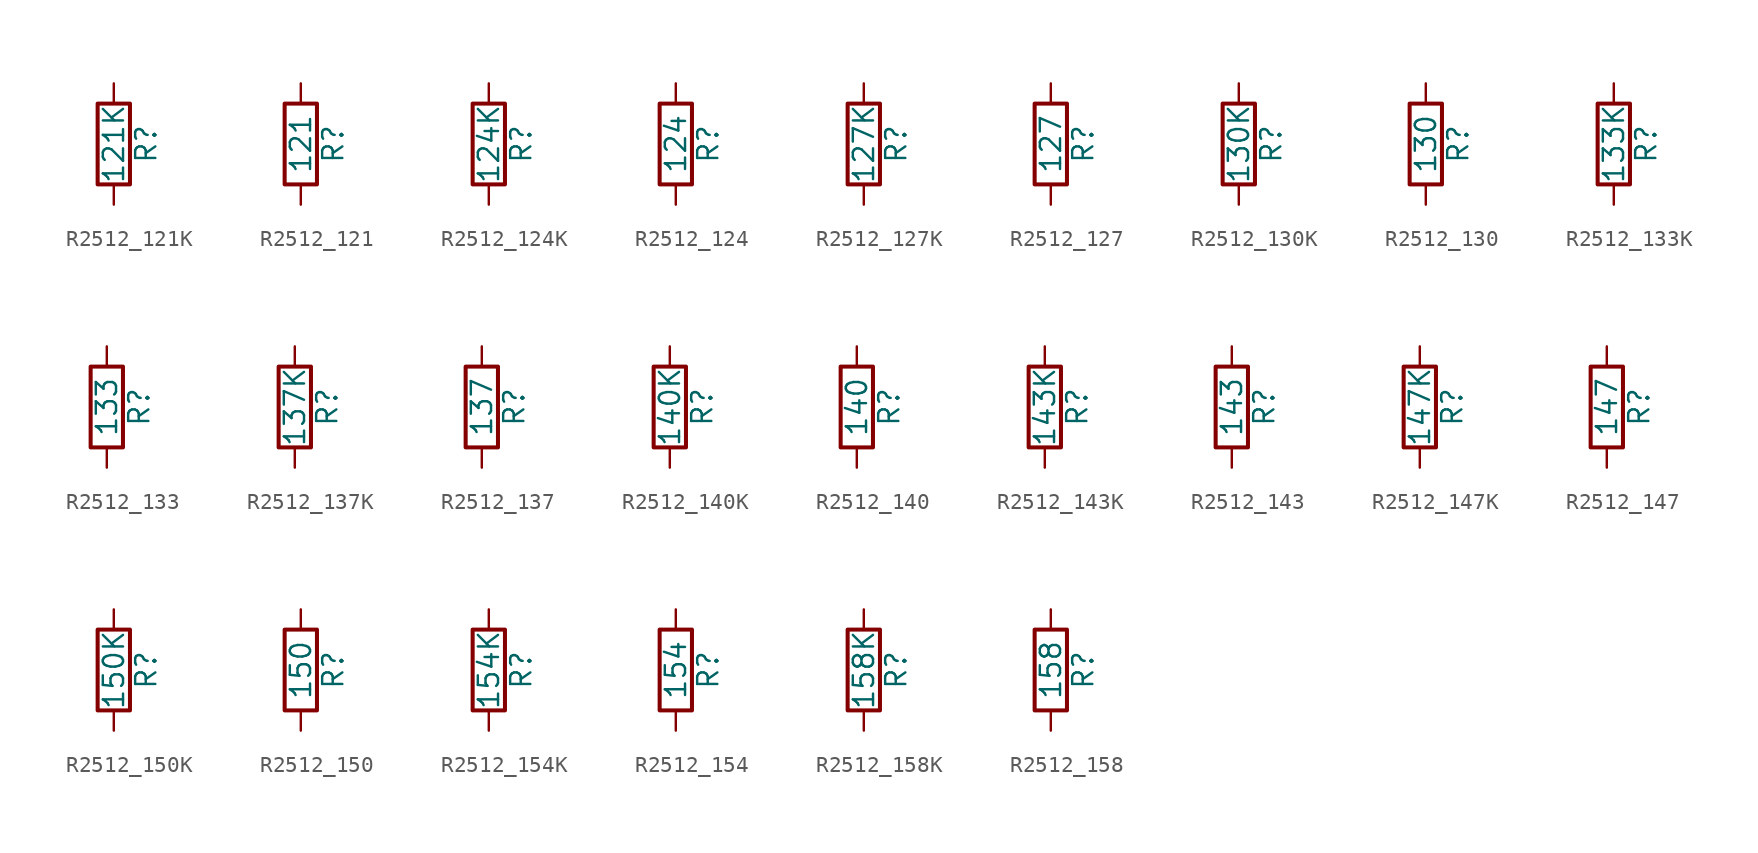
<source format=kicad_sym>
(kicad_symbol_lib
  (version 20211014)
  (generator atlantix-eda)
  (symbol "R2512_121K"
    (pin_numbers hide)
    (pin_names
      (offset 0))
    (property "Reference" "R"
      (at 2.032 0 90)
      (effects (font (size 1.27 1.27))))
    (property "Value" "121K"
      (at 0 0 90)
      (effects (font (size 1.27 1.27))))
    (symbol "R2512_121K_0_1"
      (rectangle (start -1.016 -2.54) (end 1.016 2.54) (stroke (width 0.254) (type default) (color 0 0 0 0)) (fill (type none))))
    (symbol "R2512_121K_1_1"
      (pin passive line (at 0 3.81 270) (length 1.27) (name "~" (effects (font (size 1.27 1.27)))) (number "1" (effects (font (size 1.27 1.27)))))
      (pin passive line (at 0 -3.81 90) (length 1.27) (name "~" (effects (font (size 1.27 1.27)))) (number "2" (effects (font (size 1.27 1.27)))))))
  (symbol "R2512_121"
    (pin_numbers hide)
    (pin_names
      (offset 0))
    (property "Reference" "R"
      (at 2.032 0 90)
      (effects (font (size 1.27 1.27))))
    (property "Value" "121"
      (at 0 0 90)
      (effects (font (size 1.27 1.27))))
    (symbol "R2512_121_0_1"
      (rectangle (start -1.016 -2.54) (end 1.016 2.54) (stroke (width 0.254) (type default) (color 0 0 0 0)) (fill (type none))))
    (symbol "R2512_121_1_1"
      (pin passive line (at 0 3.81 270) (length 1.27) (name "~" (effects (font (size 1.27 1.27)))) (number "1" (effects (font (size 1.27 1.27)))))
      (pin passive line (at 0 -3.81 90) (length 1.27) (name "~" (effects (font (size 1.27 1.27)))) (number "2" (effects (font (size 1.27 1.27)))))))
  (symbol "R2512_124K"
    (pin_numbers hide)
    (pin_names
      (offset 0))
    (property "Reference" "R"
      (at 2.032 0 90)
      (effects (font (size 1.27 1.27))))
    (property "Value" "124K"
      (at 0 0 90)
      (effects (font (size 1.27 1.27))))
    (symbol "R2512_124K_0_1"
      (rectangle (start -1.016 -2.54) (end 1.016 2.54) (stroke (width 0.254) (type default) (color 0 0 0 0)) (fill (type none))))
    (symbol "R2512_124K_1_1"
      (pin passive line (at 0 3.81 270) (length 1.27) (name "~" (effects (font (size 1.27 1.27)))) (number "1" (effects (font (size 1.27 1.27)))))
      (pin passive line (at 0 -3.81 90) (length 1.27) (name "~" (effects (font (size 1.27 1.27)))) (number "2" (effects (font (size 1.27 1.27)))))))
  (symbol "R2512_124"
    (pin_numbers hide)
    (pin_names
      (offset 0))
    (property "Reference" "R"
      (at 2.032 0 90)
      (effects (font (size 1.27 1.27))))
    (property "Value" "124"
      (at 0 0 90)
      (effects (font (size 1.27 1.27))))
    (symbol "R2512_124_0_1"
      (rectangle (start -1.016 -2.54) (end 1.016 2.54) (stroke (width 0.254) (type default) (color 0 0 0 0)) (fill (type none))))
    (symbol "R2512_124_1_1"
      (pin passive line (at 0 3.81 270) (length 1.27) (name "~" (effects (font (size 1.27 1.27)))) (number "1" (effects (font (size 1.27 1.27)))))
      (pin passive line (at 0 -3.81 90) (length 1.27) (name "~" (effects (font (size 1.27 1.27)))) (number "2" (effects (font (size 1.27 1.27)))))))
  (symbol "R2512_127K"
    (pin_numbers hide)
    (pin_names
      (offset 0))
    (property "Reference" "R"
      (at 2.032 0 90)
      (effects (font (size 1.27 1.27))))
    (property "Value" "127K"
      (at 0 0 90)
      (effects (font (size 1.27 1.27))))
    (symbol "R2512_127K_0_1"
      (rectangle (start -1.016 -2.54) (end 1.016 2.54) (stroke (width 0.254) (type default) (color 0 0 0 0)) (fill (type none))))
    (symbol "R2512_127K_1_1"
      (pin passive line (at 0 3.81 270) (length 1.27) (name "~" (effects (font (size 1.27 1.27)))) (number "1" (effects (font (size 1.27 1.27)))))
      (pin passive line (at 0 -3.81 90) (length 1.27) (name "~" (effects (font (size 1.27 1.27)))) (number "2" (effects (font (size 1.27 1.27)))))))
  (symbol "R2512_127"
    (pin_numbers hide)
    (pin_names
      (offset 0))
    (property "Reference" "R"
      (at 2.032 0 90)
      (effects (font (size 1.27 1.27))))
    (property "Value" "127"
      (at 0 0 90)
      (effects (font (size 1.27 1.27))))
    (symbol "R2512_127_0_1"
      (rectangle (start -1.016 -2.54) (end 1.016 2.54) (stroke (width 0.254) (type default) (color 0 0 0 0)) (fill (type none))))
    (symbol "R2512_127_1_1"
      (pin passive line (at 0 3.81 270) (length 1.27) (name "~" (effects (font (size 1.27 1.27)))) (number "1" (effects (font (size 1.27 1.27)))))
      (pin passive line (at 0 -3.81 90) (length 1.27) (name "~" (effects (font (size 1.27 1.27)))) (number "2" (effects (font (size 1.27 1.27)))))))
  (symbol "R2512_130K"
    (pin_numbers hide)
    (pin_names
      (offset 0))
    (property "Reference" "R"
      (at 2.032 0 90)
      (effects (font (size 1.27 1.27))))
    (property "Value" "130K"
      (at 0 0 90)
      (effects (font (size 1.27 1.27))))
    (symbol "R2512_130K_0_1"
      (rectangle (start -1.016 -2.54) (end 1.016 2.54) (stroke (width 0.254) (type default) (color 0 0 0 0)) (fill (type none))))
    (symbol "R2512_130K_1_1"
      (pin passive line (at 0 3.81 270) (length 1.27) (name "~" (effects (font (size 1.27 1.27)))) (number "1" (effects (font (size 1.27 1.27)))))
      (pin passive line (at 0 -3.81 90) (length 1.27) (name "~" (effects (font (size 1.27 1.27)))) (number "2" (effects (font (size 1.27 1.27)))))))
  (symbol "R2512_130"
    (pin_numbers hide)
    (pin_names
      (offset 0))
    (property "Reference" "R"
      (at 2.032 0 90)
      (effects (font (size 1.27 1.27))))
    (property "Value" "130"
      (at 0 0 90)
      (effects (font (size 1.27 1.27))))
    (symbol "R2512_130_0_1"
      (rectangle (start -1.016 -2.54) (end 1.016 2.54) (stroke (width 0.254) (type default) (color 0 0 0 0)) (fill (type none))))
    (symbol "R2512_130_1_1"
      (pin passive line (at 0 3.81 270) (length 1.27) (name "~" (effects (font (size 1.27 1.27)))) (number "1" (effects (font (size 1.27 1.27)))))
      (pin passive line (at 0 -3.81 90) (length 1.27) (name "~" (effects (font (size 1.27 1.27)))) (number "2" (effects (font (size 1.27 1.27)))))))
  (symbol "R2512_133K"
    (pin_numbers hide)
    (pin_names
      (offset 0))
    (property "Reference" "R"
      (at 2.032 0 90)
      (effects (font (size 1.27 1.27))))
    (property "Value" "133K"
      (at 0 0 90)
      (effects (font (size 1.27 1.27))))
    (symbol "R2512_133K_0_1"
      (rectangle (start -1.016 -2.54) (end 1.016 2.54) (stroke (width 0.254) (type default) (color 0 0 0 0)) (fill (type none))))
    (symbol "R2512_133K_1_1"
      (pin passive line (at 0 3.81 270) (length 1.27) (name "~" (effects (font (size 1.27 1.27)))) (number "1" (effects (font (size 1.27 1.27)))))
      (pin passive line (at 0 -3.81 90) (length 1.27) (name "~" (effects (font (size 1.27 1.27)))) (number "2" (effects (font (size 1.27 1.27)))))))
  (symbol "R2512_133"
    (pin_numbers hide)
    (pin_names
      (offset 0))
    (property "Reference" "R"
      (at 2.032 0 90)
      (effects (font (size 1.27 1.27))))
    (property "Value" "133"
      (at 0 0 90)
      (effects (font (size 1.27 1.27))))
    (symbol "R2512_133_0_1"
      (rectangle (start -1.016 -2.54) (end 1.016 2.54) (stroke (width 0.254) (type default) (color 0 0 0 0)) (fill (type none))))
    (symbol "R2512_133_1_1"
      (pin passive line (at 0 3.81 270) (length 1.27) (name "~" (effects (font (size 1.27 1.27)))) (number "1" (effects (font (size 1.27 1.27)))))
      (pin passive line (at 0 -3.81 90) (length 1.27) (name "~" (effects (font (size 1.27 1.27)))) (number "2" (effects (font (size 1.27 1.27)))))))
  (symbol "R2512_137K"
    (pin_numbers hide)
    (pin_names
      (offset 0))
    (property "Reference" "R"
      (at 2.032 0 90)
      (effects (font (size 1.27 1.27))))
    (property "Value" "137K"
      (at 0 0 90)
      (effects (font (size 1.27 1.27))))
    (symbol "R2512_137K_0_1"
      (rectangle (start -1.016 -2.54) (end 1.016 2.54) (stroke (width 0.254) (type default) (color 0 0 0 0)) (fill (type none))))
    (symbol "R2512_137K_1_1"
      (pin passive line (at 0 3.81 270) (length 1.27) (name "~" (effects (font (size 1.27 1.27)))) (number "1" (effects (font (size 1.27 1.27)))))
      (pin passive line (at 0 -3.81 90) (length 1.27) (name "~" (effects (font (size 1.27 1.27)))) (number "2" (effects (font (size 1.27 1.27)))))))
  (symbol "R2512_137"
    (pin_numbers hide)
    (pin_names
      (offset 0))
    (property "Reference" "R"
      (at 2.032 0 90)
      (effects (font (size 1.27 1.27))))
    (property "Value" "137"
      (at 0 0 90)
      (effects (font (size 1.27 1.27))))
    (symbol "R2512_137_0_1"
      (rectangle (start -1.016 -2.54) (end 1.016 2.54) (stroke (width 0.254) (type default) (color 0 0 0 0)) (fill (type none))))
    (symbol "R2512_137_1_1"
      (pin passive line (at 0 3.81 270) (length 1.27) (name "~" (effects (font (size 1.27 1.27)))) (number "1" (effects (font (size 1.27 1.27)))))
      (pin passive line (at 0 -3.81 90) (length 1.27) (name "~" (effects (font (size 1.27 1.27)))) (number "2" (effects (font (size 1.27 1.27)))))))
  (symbol "R2512_140K"
    (pin_numbers hide)
    (pin_names
      (offset 0))
    (property "Reference" "R"
      (at 2.032 0 90)
      (effects (font (size 1.27 1.27))))
    (property "Value" "140K"
      (at 0 0 90)
      (effects (font (size 1.27 1.27))))
    (symbol "R2512_140K_0_1"
      (rectangle (start -1.016 -2.54) (end 1.016 2.54) (stroke (width 0.254) (type default) (color 0 0 0 0)) (fill (type none))))
    (symbol "R2512_140K_1_1"
      (pin passive line (at 0 3.81 270) (length 1.27) (name "~" (effects (font (size 1.27 1.27)))) (number "1" (effects (font (size 1.27 1.27)))))
      (pin passive line (at 0 -3.81 90) (length 1.27) (name "~" (effects (font (size 1.27 1.27)))) (number "2" (effects (font (size 1.27 1.27)))))))
  (symbol "R2512_140"
    (pin_numbers hide)
    (pin_names
      (offset 0))
    (property "Reference" "R"
      (at 2.032 0 90)
      (effects (font (size 1.27 1.27))))
    (property "Value" "140"
      (at 0 0 90)
      (effects (font (size 1.27 1.27))))
    (symbol "R2512_140_0_1"
      (rectangle (start -1.016 -2.54) (end 1.016 2.54) (stroke (width 0.254) (type default) (color 0 0 0 0)) (fill (type none))))
    (symbol "R2512_140_1_1"
      (pin passive line (at 0 3.81 270) (length 1.27) (name "~" (effects (font (size 1.27 1.27)))) (number "1" (effects (font (size 1.27 1.27)))))
      (pin passive line (at 0 -3.81 90) (length 1.27) (name "~" (effects (font (size 1.27 1.27)))) (number "2" (effects (font (size 1.27 1.27)))))))
  (symbol "R2512_143K"
    (pin_numbers hide)
    (pin_names
      (offset 0))
    (property "Reference" "R"
      (at 2.032 0 90)
      (effects (font (size 1.27 1.27))))
    (property "Value" "143K"
      (at 0 0 90)
      (effects (font (size 1.27 1.27))))
    (symbol "R2512_143K_0_1"
      (rectangle (start -1.016 -2.54) (end 1.016 2.54) (stroke (width 0.254) (type default) (color 0 0 0 0)) (fill (type none))))
    (symbol "R2512_143K_1_1"
      (pin passive line (at 0 3.81 270) (length 1.27) (name "~" (effects (font (size 1.27 1.27)))) (number "1" (effects (font (size 1.27 1.27)))))
      (pin passive line (at 0 -3.81 90) (length 1.27) (name "~" (effects (font (size 1.27 1.27)))) (number "2" (effects (font (size 1.27 1.27)))))))
  (symbol "R2512_143"
    (pin_numbers hide)
    (pin_names
      (offset 0))
    (property "Reference" "R"
      (at 2.032 0 90)
      (effects (font (size 1.27 1.27))))
    (property "Value" "143"
      (at 0 0 90)
      (effects (font (size 1.27 1.27))))
    (symbol "R2512_143_0_1"
      (rectangle (start -1.016 -2.54) (end 1.016 2.54) (stroke (width 0.254) (type default) (color 0 0 0 0)) (fill (type none))))
    (symbol "R2512_143_1_1"
      (pin passive line (at 0 3.81 270) (length 1.27) (name "~" (effects (font (size 1.27 1.27)))) (number "1" (effects (font (size 1.27 1.27)))))
      (pin passive line (at 0 -3.81 90) (length 1.27) (name "~" (effects (font (size 1.27 1.27)))) (number "2" (effects (font (size 1.27 1.27)))))))
  (symbol "R2512_147K"
    (pin_numbers hide)
    (pin_names
      (offset 0))
    (property "Reference" "R"
      (at 2.032 0 90)
      (effects (font (size 1.27 1.27))))
    (property "Value" "147K"
      (at 0 0 90)
      (effects (font (size 1.27 1.27))))
    (symbol "R2512_147K_0_1"
      (rectangle (start -1.016 -2.54) (end 1.016 2.54) (stroke (width 0.254) (type default) (color 0 0 0 0)) (fill (type none))))
    (symbol "R2512_147K_1_1"
      (pin passive line (at 0 3.81 270) (length 1.27) (name "~" (effects (font (size 1.27 1.27)))) (number "1" (effects (font (size 1.27 1.27)))))
      (pin passive line (at 0 -3.81 90) (length 1.27) (name "~" (effects (font (size 1.27 1.27)))) (number "2" (effects (font (size 1.27 1.27)))))))
  (symbol "R2512_147"
    (pin_numbers hide)
    (pin_names
      (offset 0))
    (property "Reference" "R"
      (at 2.032 0 90)
      (effects (font (size 1.27 1.27))))
    (property "Value" "147"
      (at 0 0 90)
      (effects (font (size 1.27 1.27))))
    (symbol "R2512_147_0_1"
      (rectangle (start -1.016 -2.54) (end 1.016 2.54) (stroke (width 0.254) (type default) (color 0 0 0 0)) (fill (type none))))
    (symbol "R2512_147_1_1"
      (pin passive line (at 0 3.81 270) (length 1.27) (name "~" (effects (font (size 1.27 1.27)))) (number "1" (effects (font (size 1.27 1.27)))))
      (pin passive line (at 0 -3.81 90) (length 1.27) (name "~" (effects (font (size 1.27 1.27)))) (number "2" (effects (font (size 1.27 1.27)))))))
  (symbol "R2512_150K"
    (pin_numbers hide)
    (pin_names
      (offset 0))
    (property "Reference" "R"
      (at 2.032 0 90)
      (effects (font (size 1.27 1.27))))
    (property "Value" "150K"
      (at 0 0 90)
      (effects (font (size 1.27 1.27))))
    (symbol "R2512_150K_0_1"
      (rectangle (start -1.016 -2.54) (end 1.016 2.54) (stroke (width 0.254) (type default) (color 0 0 0 0)) (fill (type none))))
    (symbol "R2512_150K_1_1"
      (pin passive line (at 0 3.81 270) (length 1.27) (name "~" (effects (font (size 1.27 1.27)))) (number "1" (effects (font (size 1.27 1.27)))))
      (pin passive line (at 0 -3.81 90) (length 1.27) (name "~" (effects (font (size 1.27 1.27)))) (number "2" (effects (font (size 1.27 1.27)))))))
  (symbol "R2512_150"
    (pin_numbers hide)
    (pin_names
      (offset 0))
    (property "Reference" "R"
      (at 2.032 0 90)
      (effects (font (size 1.27 1.27))))
    (property "Value" "150"
      (at 0 0 90)
      (effects (font (size 1.27 1.27))))
    (symbol "R2512_150_0_1"
      (rectangle (start -1.016 -2.54) (end 1.016 2.54) (stroke (width 0.254) (type default) (color 0 0 0 0)) (fill (type none))))
    (symbol "R2512_150_1_1"
      (pin passive line (at 0 3.81 270) (length 1.27) (name "~" (effects (font (size 1.27 1.27)))) (number "1" (effects (font (size 1.27 1.27)))))
      (pin passive line (at 0 -3.81 90) (length 1.27) (name "~" (effects (font (size 1.27 1.27)))) (number "2" (effects (font (size 1.27 1.27)))))))
  (symbol "R2512_154K"
    (pin_numbers hide)
    (pin_names
      (offset 0))
    (property "Reference" "R"
      (at 2.032 0 90)
      (effects (font (size 1.27 1.27))))
    (property "Value" "154K"
      (at 0 0 90)
      (effects (font (size 1.27 1.27))))
    (symbol "R2512_154K_0_1"
      (rectangle (start -1.016 -2.54) (end 1.016 2.54) (stroke (width 0.254) (type default) (color 0 0 0 0)) (fill (type none))))
    (symbol "R2512_154K_1_1"
      (pin passive line (at 0 3.81 270) (length 1.27) (name "~" (effects (font (size 1.27 1.27)))) (number "1" (effects (font (size 1.27 1.27)))))
      (pin passive line (at 0 -3.81 90) (length 1.27) (name "~" (effects (font (size 1.27 1.27)))) (number "2" (effects (font (size 1.27 1.27)))))))
  (symbol "R2512_154"
    (pin_numbers hide)
    (pin_names
      (offset 0))
    (property "Reference" "R"
      (at 2.032 0 90)
      (effects (font (size 1.27 1.27))))
    (property "Value" "154"
      (at 0 0 90)
      (effects (font (size 1.27 1.27))))
    (symbol "R2512_154_0_1"
      (rectangle (start -1.016 -2.54) (end 1.016 2.54) (stroke (width 0.254) (type default) (color 0 0 0 0)) (fill (type none))))
    (symbol "R2512_154_1_1"
      (pin passive line (at 0 3.81 270) (length 1.27) (name "~" (effects (font (size 1.27 1.27)))) (number "1" (effects (font (size 1.27 1.27)))))
      (pin passive line (at 0 -3.81 90) (length 1.27) (name "~" (effects (font (size 1.27 1.27)))) (number "2" (effects (font (size 1.27 1.27)))))))
  (symbol "R2512_158K"
    (pin_numbers hide)
    (pin_names
      (offset 0))
    (property "Reference" "R"
      (at 2.032 0 90)
      (effects (font (size 1.27 1.27))))
    (property "Value" "158K"
      (at 0 0 90)
      (effects (font (size 1.27 1.27))))
    (symbol "R2512_158K_0_1"
      (rectangle (start -1.016 -2.54) (end 1.016 2.54) (stroke (width 0.254) (type default) (color 0 0 0 0)) (fill (type none))))
    (symbol "R2512_158K_1_1"
      (pin passive line (at 0 3.81 270) (length 1.27) (name "~" (effects (font (size 1.27 1.27)))) (number "1" (effects (font (size 1.27 1.27)))))
      (pin passive line (at 0 -3.81 90) (length 1.27) (name "~" (effects (font (size 1.27 1.27)))) (number "2" (effects (font (size 1.27 1.27)))))))
  (symbol "R2512_158"
    (pin_numbers hide)
    (pin_names
      (offset 0))
    (property "Reference" "R"
      (at 2.032 0 90)
      (effects (font (size 1.27 1.27))))
    (property "Value" "158"
      (at 0 0 90)
      (effects (font (size 1.27 1.27))))
    (symbol "R2512_158_0_1"
      (rectangle (start -1.016 -2.54) (end 1.016 2.54) (stroke (width 0.254) (type default) (color 0 0 0 0)) (fill (type none))))
    (symbol "R2512_158_1_1"
      (pin passive line (at 0 3.81 270) (length 1.27) (name "~" (effects (font (size 1.27 1.27)))) (number "1" (effects (font (size 1.27 1.27)))))
      (pin passive line (at 0 -3.81 90) (length 1.27) (name "~" (effects (font (size 1.27 1.27)))) (number "2" (effects (font (size 1.27 1.27))))))))
</source>
